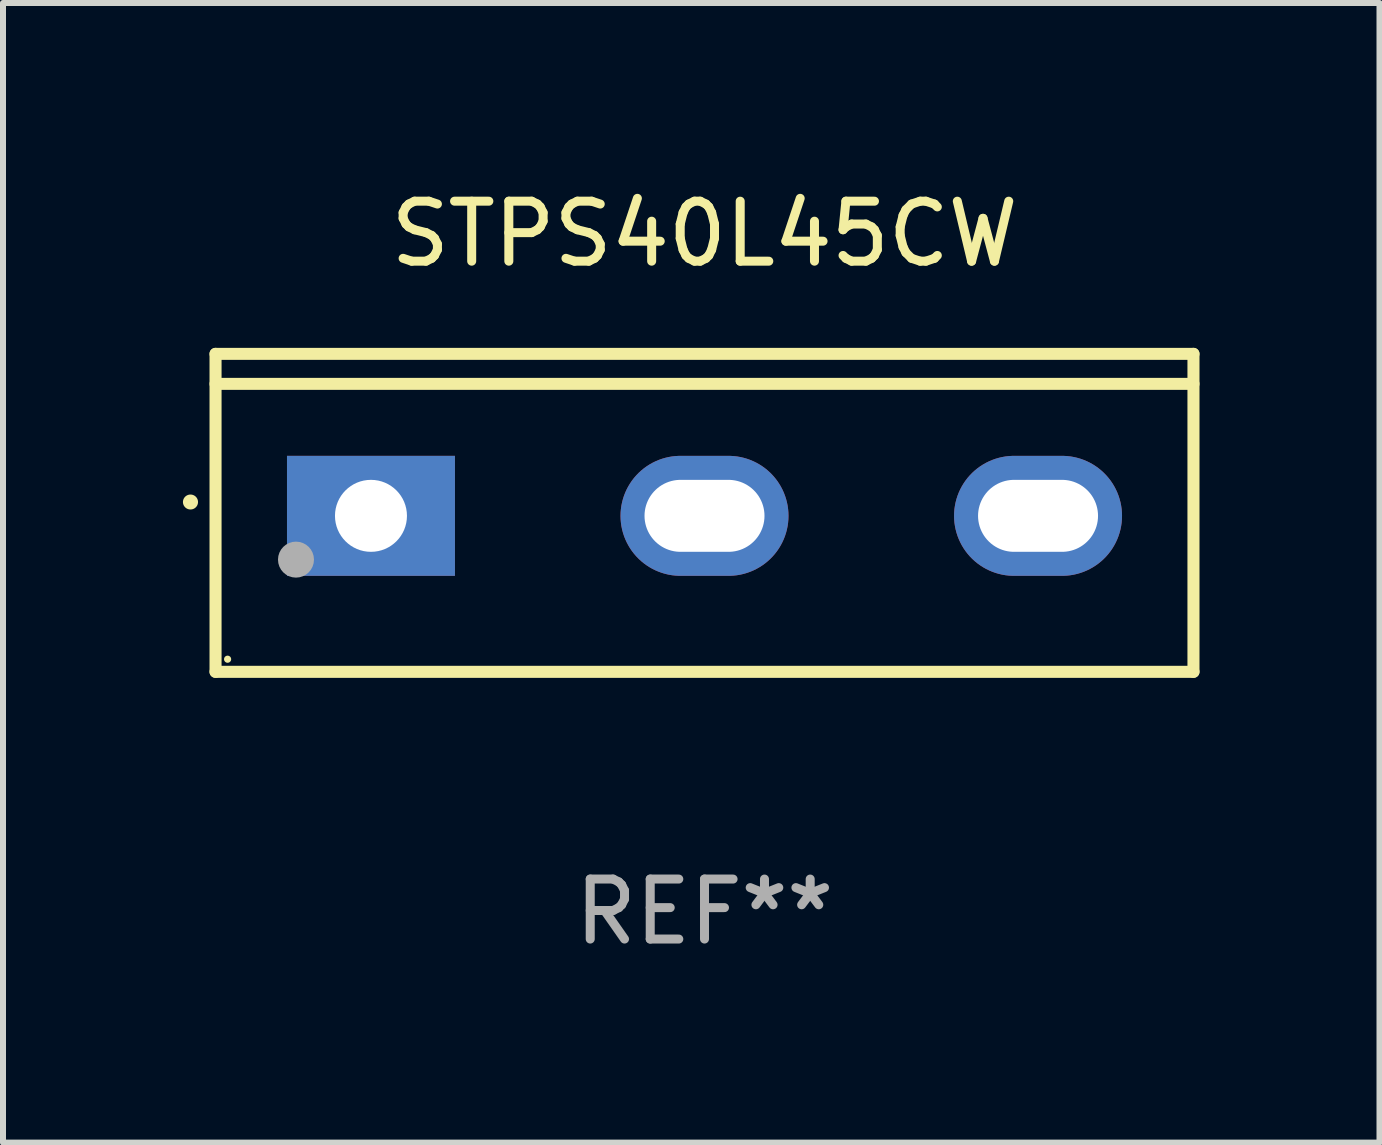
<source format=kicad_pcb>
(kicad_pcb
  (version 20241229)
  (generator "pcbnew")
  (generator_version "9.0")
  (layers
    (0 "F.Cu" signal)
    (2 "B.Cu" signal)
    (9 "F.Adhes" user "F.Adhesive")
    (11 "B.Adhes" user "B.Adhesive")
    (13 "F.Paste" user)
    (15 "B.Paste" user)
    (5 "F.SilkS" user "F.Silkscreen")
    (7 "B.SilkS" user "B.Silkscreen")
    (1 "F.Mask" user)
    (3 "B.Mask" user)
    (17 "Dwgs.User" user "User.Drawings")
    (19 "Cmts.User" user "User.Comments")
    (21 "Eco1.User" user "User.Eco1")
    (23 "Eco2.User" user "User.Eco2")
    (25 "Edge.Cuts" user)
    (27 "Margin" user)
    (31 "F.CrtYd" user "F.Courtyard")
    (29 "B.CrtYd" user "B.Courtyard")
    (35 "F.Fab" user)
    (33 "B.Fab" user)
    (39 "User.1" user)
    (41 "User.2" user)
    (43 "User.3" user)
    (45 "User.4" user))
  (footprint "STPS40L45CW"
    (layer "F.Cu")
    (at 8.694 5.499)
    (property "Reference" "STPS40L45CW" (at 0 -4.65 0) (layer "F.SilkS") (effects (font (size 1 1) (thickness 0.15))))
    (attr through_hole)
    (fp_line (start -8.151 -2.65) (end -8.151 2.65) (stroke (width 0.201) (type solid)) (layer "F.SilkS"))
    (fp_line (start 8.151 -2.65) (end -8.151 -2.65) (stroke (width 0.201) (type solid)) (layer "F.SilkS"))
    (fp_line (start 8.151 -2.15) (end -8.151 -2.15) (stroke (width 0.201) (type solid)) (layer "F.SilkS"))
    (fp_line (start 8.151 2.65) (end -8.151 2.65) (stroke (width 0.201) (type solid)) (layer "F.SilkS"))
    (fp_line (start 8.151 2.65) (end 8.151 -2.65) (stroke (width 0.201) (type solid)) (layer "F.SilkS"))
    (fp_arc (start -8.570003 -0.18048) (mid -8.568733 -0.180486) (end -8.567463 -0.18048) (stroke (width 0.24892) (type solid)) (layer "F.SilkS"))
    (fp_circle (center -7.95 2.44) (end -7.92 2.44) (stroke (width 0.06) (type solid)) (fill no) (layer "F.SilkS"))
    (fp_circle (center -6.81 0.78) (end -6.66 0.78) (stroke (width 0.3) (type solid)) (fill no) (layer "F.Fab"))
    (fp_text user "REF**" (at 0 6.65 0) (layer "F.Fab") (effects (font (size 1 1) (thickness 0.15))))
    (pad "1" thru_hole rect (at -5.56 0.05 90) (size 2 2.8) (drill 1.2) (layers "*.Cu" "*.Mask"))
    (pad "2" thru_hole oval (at 0 0.05 90) (size 2 2.8) (drill oval 1.2 2) (layers "*.Cu" "*.Mask"))
    (pad "3" thru_hole oval (at 5.56 0.05 90) (size 2 2.8) (drill oval 1.2 2) (layers "*.Cu" "*.Mask")))
  (gr_rect
    (start -3 -3)
    (end 19.946 15.997)
    (stroke (width 0.1) (type default))
    (fill no)
    (layer "Edge.Cuts")))
</source>
